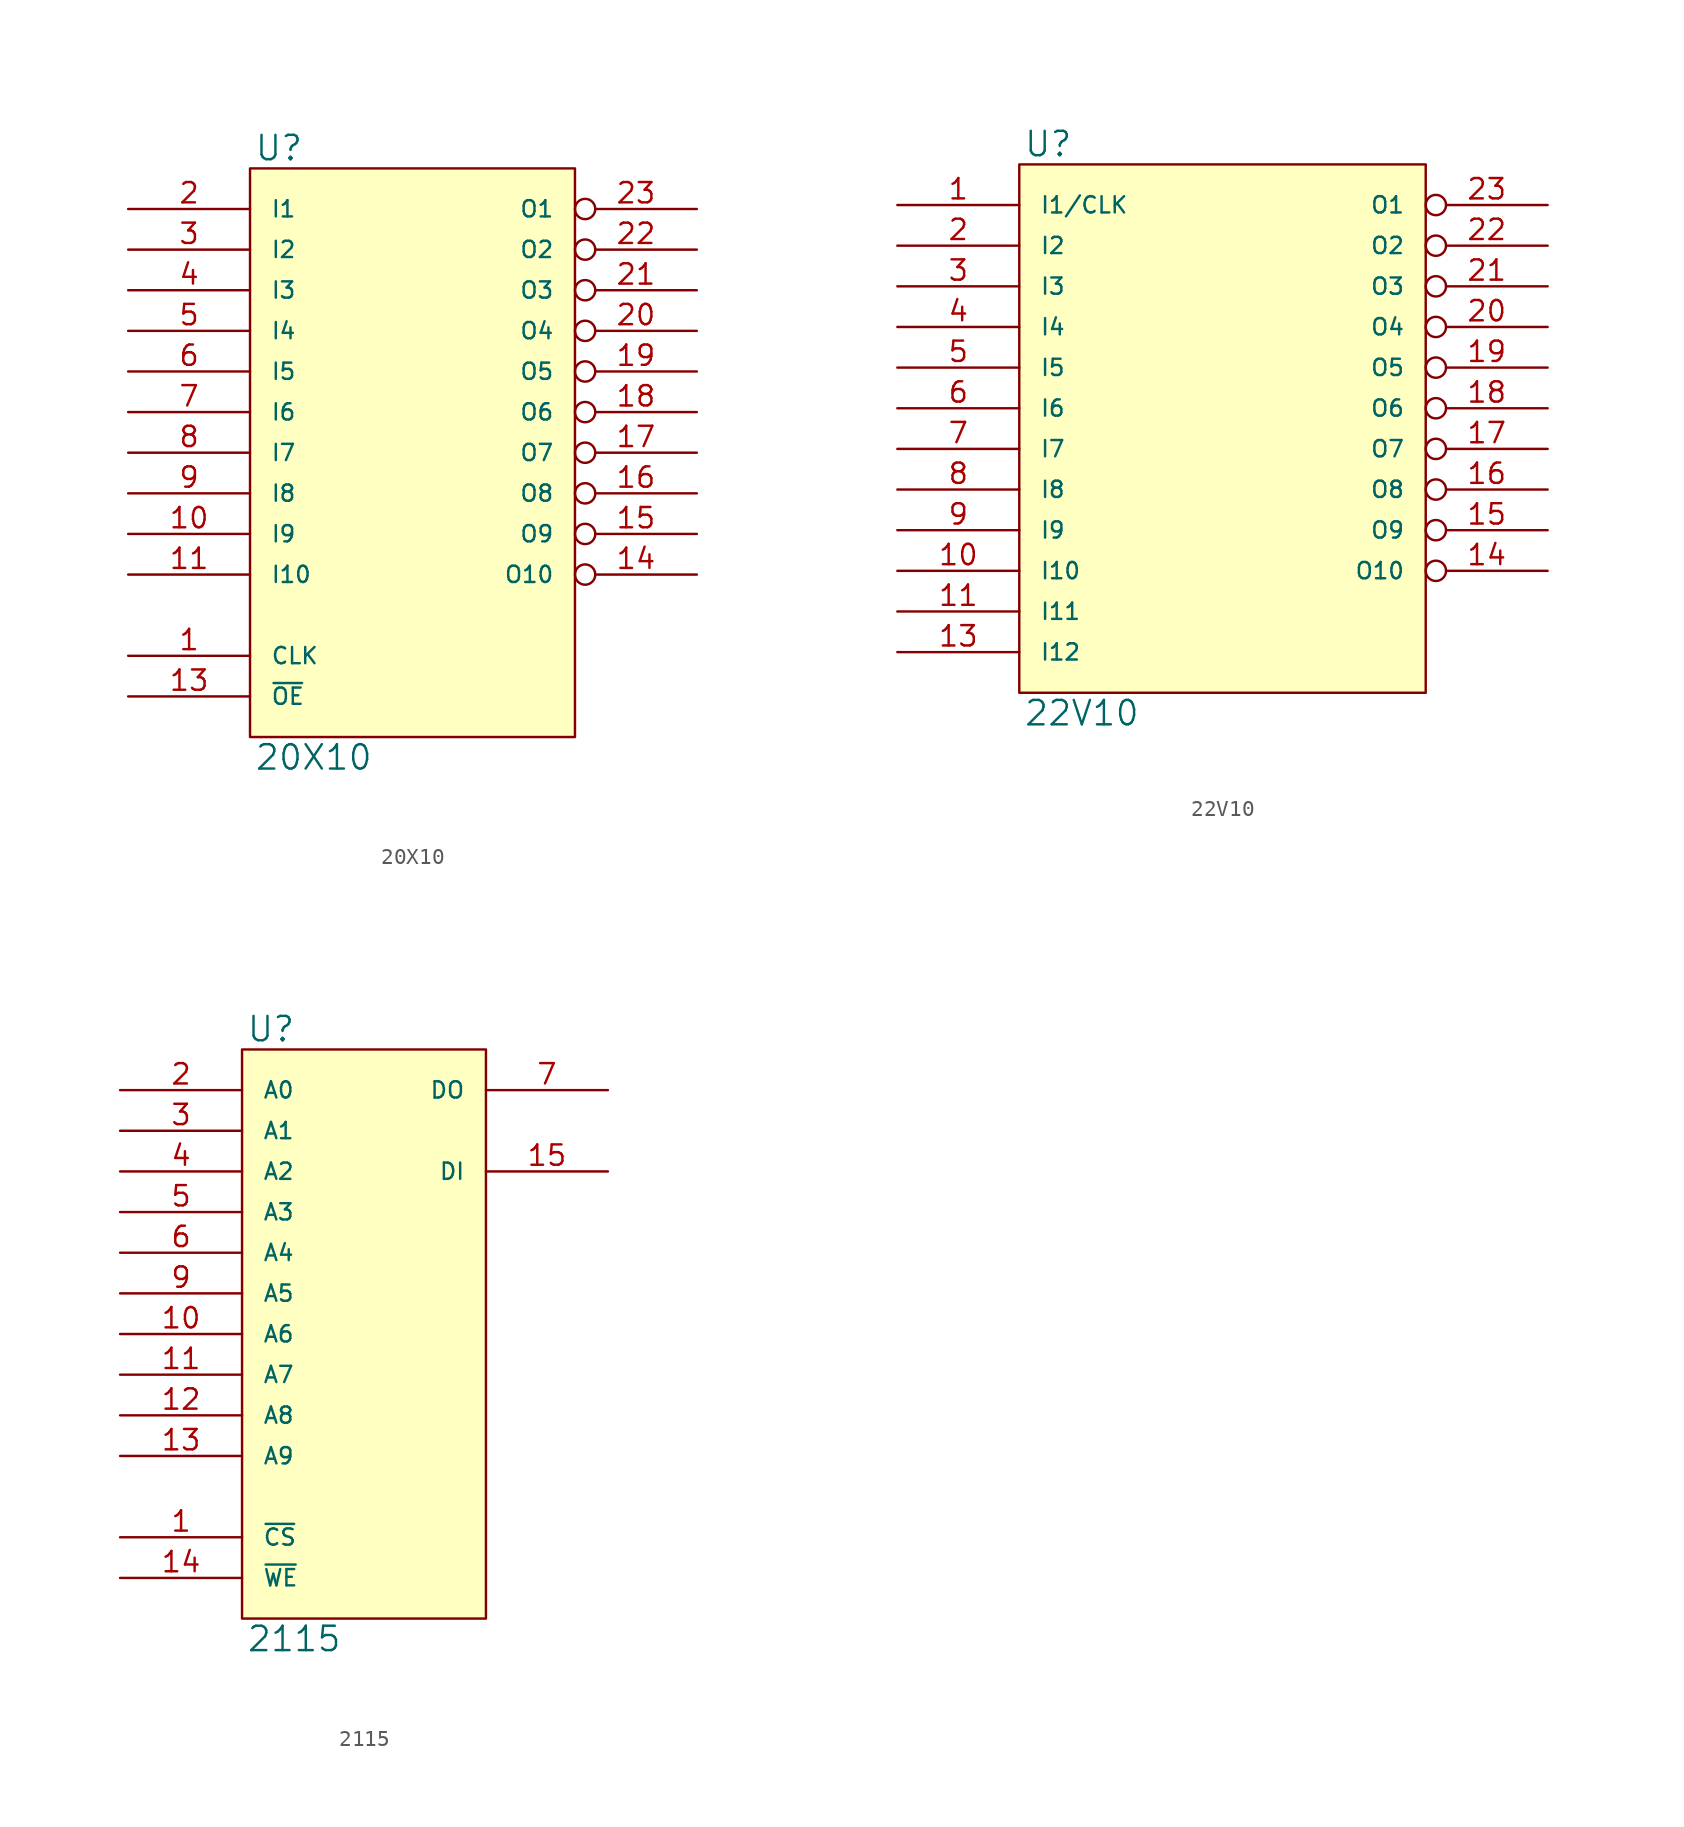
<source format=kicad_sym>
(kicad_symbol_lib
  (version 20231120)
  (generator "kicad_symbol_editor")
  (generator_version "8.0")
  (symbol "20X10"
    (pin_names
      (offset 1.27))
    (property "Reference" "U"
      (at 0.254 0.381 0)
      (effects (font (size 1.524 1.524)) (justify left bottom)))
    (property "Value" "20X10"
      (at 0.254 -35.941 0)
      (effects (font (size 1.524 1.524)) (justify left top)))
    (symbol "20X10_0_1"
      (rectangle (start 0 0) (end 20.32 -35.56) (stroke (width 0) (type solid)) (fill (type background))))
    (symbol "20X10_1_1"
      (pin input line (at -7.62 -30.48 0) (length 7.62) (name "CLK" (effects (font (size 1.016 1.016)))) (number "1" (effects (font (size 1.27 1.27)))))
      (pin input line (at -7.62 -22.86 0) (length 7.62) (name "I9" (effects (font (size 1.016 1.016)))) (number "10" (effects (font (size 1.27 1.27)))))
      (pin input line (at -7.62 -25.4 0) (length 7.62) (name "I10" (effects (font (size 1.016 1.016)))) (number "11" (effects (font (size 1.27 1.27)))))
      (pin power_in line (at 0 -35.56 90) (length 0) hide (name "GND" (effects (font (size 1.016 1.016)))) (number "12" (effects (font (size 1.27 1.27)))))
      (pin input line (at -7.62 -33.02 0) (length 7.62) (name "~{OE}" (effects (font (size 1.016 1.016)))) (number "13" (effects (font (size 1.27 1.27)))))
      (pin tri_state inverted (at 27.94 -25.4 180) (length 7.62) (name "O10" (effects (font (size 1.016 1.016)))) (number "14" (effects (font (size 1.27 1.27)))))
      (pin tri_state inverted (at 27.94 -22.86 180) (length 7.62) (name "O9" (effects (font (size 1.016 1.016)))) (number "15" (effects (font (size 1.27 1.27)))))
      (pin tri_state inverted (at 27.94 -20.32 180) (length 7.62) (name "O8" (effects (font (size 1.016 1.016)))) (number "16" (effects (font (size 1.27 1.27)))))
      (pin tri_state inverted (at 27.94 -17.78 180) (length 7.62) (name "O7" (effects (font (size 1.016 1.016)))) (number "17" (effects (font (size 1.27 1.27)))))
      (pin tri_state inverted (at 27.94 -15.24 180) (length 7.62) (name "O6" (effects (font (size 1.016 1.016)))) (number "18" (effects (font (size 1.27 1.27)))))
      (pin tri_state inverted (at 27.94 -12.7 180) (length 7.62) (name "O5" (effects (font (size 1.016 1.016)))) (number "19" (effects (font (size 1.27 1.27)))))
      (pin input line (at -7.62 -2.54 0) (length 7.62) (name "I1" (effects (font (size 1.016 1.016)))) (number "2" (effects (font (size 1.27 1.27)))))
      (pin tri_state inverted (at 27.94 -10.16 180) (length 7.62) (name "O4" (effects (font (size 1.016 1.016)))) (number "20" (effects (font (size 1.27 1.27)))))
      (pin tri_state inverted (at 27.94 -7.62 180) (length 7.62) (name "O3" (effects (font (size 1.016 1.016)))) (number "21" (effects (font (size 1.27 1.27)))))
      (pin tri_state inverted (at 27.94 -5.08 180) (length 7.62) (name "O2" (effects (font (size 1.016 1.016)))) (number "22" (effects (font (size 1.27 1.27)))))
      (pin tri_state inverted (at 27.94 -2.54 180) (length 7.62) (name "O1" (effects (font (size 1.016 1.016)))) (number "23" (effects (font (size 1.27 1.27)))))
      (pin power_in line (at 0 0 270) (length 0) hide (name "VCC" (effects (font (size 1.016 1.016)))) (number "24" (effects (font (size 1.27 1.27)))))
      (pin input line (at -7.62 -5.08 0) (length 7.62) (name "I2" (effects (font (size 1.016 1.016)))) (number "3" (effects (font (size 1.27 1.27)))))
      (pin input line (at -7.62 -7.62 0) (length 7.62) (name "I3" (effects (font (size 1.016 1.016)))) (number "4" (effects (font (size 1.27 1.27)))))
      (pin input line (at -7.62 -10.16 0) (length 7.62) (name "I4" (effects (font (size 1.016 1.016)))) (number "5" (effects (font (size 1.27 1.27)))))
      (pin input line (at -7.62 -12.7 0) (length 7.62) (name "I5" (effects (font (size 1.016 1.016)))) (number "6" (effects (font (size 1.27 1.27)))))
      (pin input line (at -7.62 -15.24 0) (length 7.62) (name "I6" (effects (font (size 1.016 1.016)))) (number "7" (effects (font (size 1.27 1.27)))))
      (pin input line (at -7.62 -17.78 0) (length 7.62) (name "I7" (effects (font (size 1.016 1.016)))) (number "8" (effects (font (size 1.27 1.27)))))
      (pin input line (at -7.62 -20.32 0) (length 7.62) (name "I8" (effects (font (size 1.016 1.016)))) (number "9" (effects (font (size 1.27 1.27)))))))
  (symbol "22V10"
    (pin_names
      (offset 1.27))
    (property "Reference" "U"
      (at 0.254 0.381 0)
      (effects (font (size 1.524 1.524)) (justify left bottom)))
    (property "Value" "22V10"
      (at 0.254 -33.401 0)
      (effects (font (size 1.524 1.524)) (justify left top)))
    (symbol "22V10_0_1"
      (rectangle (start 0 0) (end 25.4 -33.02) (stroke (width 0) (type solid)) (fill (type background))))
    (symbol "22V10_1_1"
      (pin input line (at -7.62 -2.54 0) (length 7.62) (name "I1/CLK" (effects (font (size 1.016 1.016)))) (number "1" (effects (font (size 1.27 1.27)))))
      (pin input line (at -7.62 -25.4 0) (length 7.62) (name "I10" (effects (font (size 1.016 1.016)))) (number "10" (effects (font (size 1.27 1.27)))))
      (pin input line (at -7.62 -27.94 0) (length 7.62) (name "I11" (effects (font (size 1.016 1.016)))) (number "11" (effects (font (size 1.27 1.27)))))
      (pin power_in line (at 0 -33.02 90) (length 0) hide (name "GND" (effects (font (size 1.016 1.016)))) (number "12" (effects (font (size 1.27 1.27)))))
      (pin input line (at -7.62 -30.48 0) (length 7.62) (name "I12" (effects (font (size 1.016 1.016)))) (number "13" (effects (font (size 1.27 1.27)))))
      (pin bidirectional inverted (at 33.02 -25.4 180) (length 7.62) (name "O10" (effects (font (size 1.016 1.016)))) (number "14" (effects (font (size 1.27 1.27)))))
      (pin bidirectional inverted (at 33.02 -22.86 180) (length 7.62) (name "O9" (effects (font (size 1.016 1.016)))) (number "15" (effects (font (size 1.27 1.27)))))
      (pin bidirectional inverted (at 33.02 -20.32 180) (length 7.62) (name "O8" (effects (font (size 1.016 1.016)))) (number "16" (effects (font (size 1.27 1.27)))))
      (pin bidirectional inverted (at 33.02 -17.78 180) (length 7.62) (name "O7" (effects (font (size 1.016 1.016)))) (number "17" (effects (font (size 1.27 1.27)))))
      (pin bidirectional inverted (at 33.02 -15.24 180) (length 7.62) (name "O6" (effects (font (size 1.016 1.016)))) (number "18" (effects (font (size 1.27 1.27)))))
      (pin bidirectional inverted (at 33.02 -12.7 180) (length 7.62) (name "O5" (effects (font (size 1.016 1.016)))) (number "19" (effects (font (size 1.27 1.27)))))
      (pin input line (at -7.62 -5.08 0) (length 7.62) (name "I2" (effects (font (size 1.016 1.016)))) (number "2" (effects (font (size 1.27 1.27)))))
      (pin bidirectional inverted (at 33.02 -10.16 180) (length 7.62) (name "O4" (effects (font (size 1.016 1.016)))) (number "20" (effects (font (size 1.27 1.27)))))
      (pin bidirectional inverted (at 33.02 -7.62 180) (length 7.62) (name "O3" (effects (font (size 1.016 1.016)))) (number "21" (effects (font (size 1.27 1.27)))))
      (pin bidirectional inverted (at 33.02 -5.08 180) (length 7.62) (name "O2" (effects (font (size 1.016 1.016)))) (number "22" (effects (font (size 1.27 1.27)))))
      (pin bidirectional inverted (at 33.02 -2.54 180) (length 7.62) (name "O1" (effects (font (size 1.016 1.016)))) (number "23" (effects (font (size 1.27 1.27)))))
      (pin power_in line (at 0 0 270) (length 0) hide (name "VCC" (effects (font (size 1.016 1.016)))) (number "24" (effects (font (size 1.27 1.27)))))
      (pin input line (at -7.62 -7.62 0) (length 7.62) (name "I3" (effects (font (size 1.016 1.016)))) (number "3" (effects (font (size 1.27 1.27)))))
      (pin input line (at -7.62 -10.16 0) (length 7.62) (name "I4" (effects (font (size 1.016 1.016)))) (number "4" (effects (font (size 1.27 1.27)))))
      (pin input line (at -7.62 -12.7 0) (length 7.62) (name "I5" (effects (font (size 1.016 1.016)))) (number "5" (effects (font (size 1.27 1.27)))))
      (pin input line (at -7.62 -15.24 0) (length 7.62) (name "I6" (effects (font (size 1.016 1.016)))) (number "6" (effects (font (size 1.27 1.27)))))
      (pin input line (at -7.62 -17.78 0) (length 7.62) (name "I7" (effects (font (size 1.016 1.016)))) (number "7" (effects (font (size 1.27 1.27)))))
      (pin input line (at -7.62 -20.32 0) (length 7.62) (name "I8" (effects (font (size 1.016 1.016)))) (number "8" (effects (font (size 1.27 1.27)))))
      (pin input line (at -7.62 -22.86 0) (length 7.62) (name "I9" (effects (font (size 1.016 1.016)))) (number "9" (effects (font (size 1.27 1.27)))))))
  (symbol "2115"
    (pin_names
      (offset 1.27))
    (property "Reference" "U"
      (at 0.254 0.381 0)
      (effects (font (size 1.524 1.524)) (justify left bottom)))
    (property "Value" "2115"
      (at 0.254 -35.941 0)
      (effects (font (size 1.524 1.524)) (justify left top)))
    (symbol "2115_0_1"
      (rectangle (start 0 0) (end 15.24 -35.56) (stroke (width 0) (type solid)) (fill (type background))))
    (symbol "2115_1_1"
      (pin input line (at -7.62 -30.48 0) (length 7.62) (name "~{CS}" (effects (font (size 1.016 1.016)))) (number "1" (effects (font (size 1.27 1.27)))))
      (pin input line (at -7.62 -17.78 0) (length 7.62) (name "A6" (effects (font (size 1.016 1.016)))) (number "10" (effects (font (size 1.27 1.27)))))
      (pin input line (at -7.62 -20.32 0) (length 7.62) (name "A7" (effects (font (size 1.016 1.016)))) (number "11" (effects (font (size 1.27 1.27)))))
      (pin input line (at -7.62 -22.86 0) (length 7.62) (name "A8" (effects (font (size 1.016 1.016)))) (number "12" (effects (font (size 1.27 1.27)))))
      (pin input line (at -7.62 -25.4 0) (length 7.62) (name "A9" (effects (font (size 1.016 1.016)))) (number "13" (effects (font (size 1.27 1.27)))))
      (pin input line (at -7.62 -33.02 0) (length 7.62) (name "~{WE}" (effects (font (size 1.016 1.016)))) (number "14" (effects (font (size 1.27 1.27)))))
      (pin input line (at 22.86 -7.62 180) (length 7.62) (name "DI" (effects (font (size 1.016 1.016)))) (number "15" (effects (font (size 1.27 1.27)))))
      (pin power_in line (at 0 0 270) (length 0) hide (name "VCC" (effects (font (size 1.016 1.016)))) (number "16" (effects (font (size 1.27 1.27)))))
      (pin input line (at -7.62 -2.54 0) (length 7.62) (name "A0" (effects (font (size 1.016 1.016)))) (number "2" (effects (font (size 1.27 1.27)))))
      (pin input line (at -7.62 -5.08 0) (length 7.62) (name "A1" (effects (font (size 1.016 1.016)))) (number "3" (effects (font (size 1.27 1.27)))))
      (pin input line (at -7.62 -7.62 0) (length 7.62) (name "A2" (effects (font (size 1.016 1.016)))) (number "4" (effects (font (size 1.27 1.27)))))
      (pin input line (at -7.62 -10.16 0) (length 7.62) (name "A3" (effects (font (size 1.016 1.016)))) (number "5" (effects (font (size 1.27 1.27)))))
      (pin input line (at -7.62 -12.7 0) (length 7.62) (name "A4" (effects (font (size 1.016 1.016)))) (number "6" (effects (font (size 1.27 1.27)))))
      (pin open_collector line (at 22.86 -2.54 180) (length 7.62) (name "DO" (effects (font (size 1.016 1.016)))) (number "7" (effects (font (size 1.27 1.27)))))
      (pin power_in line (at 0 -35.56 90) (length 0) hide (name "GND" (effects (font (size 1.016 1.016)))) (number "8" (effects (font (size 1.27 1.27)))))
      (pin input line (at -7.62 -15.24 0) (length 7.62) (name "A5" (effects (font (size 1.016 1.016)))) (number "9" (effects (font (size 1.27 1.27))))))))
</source>
